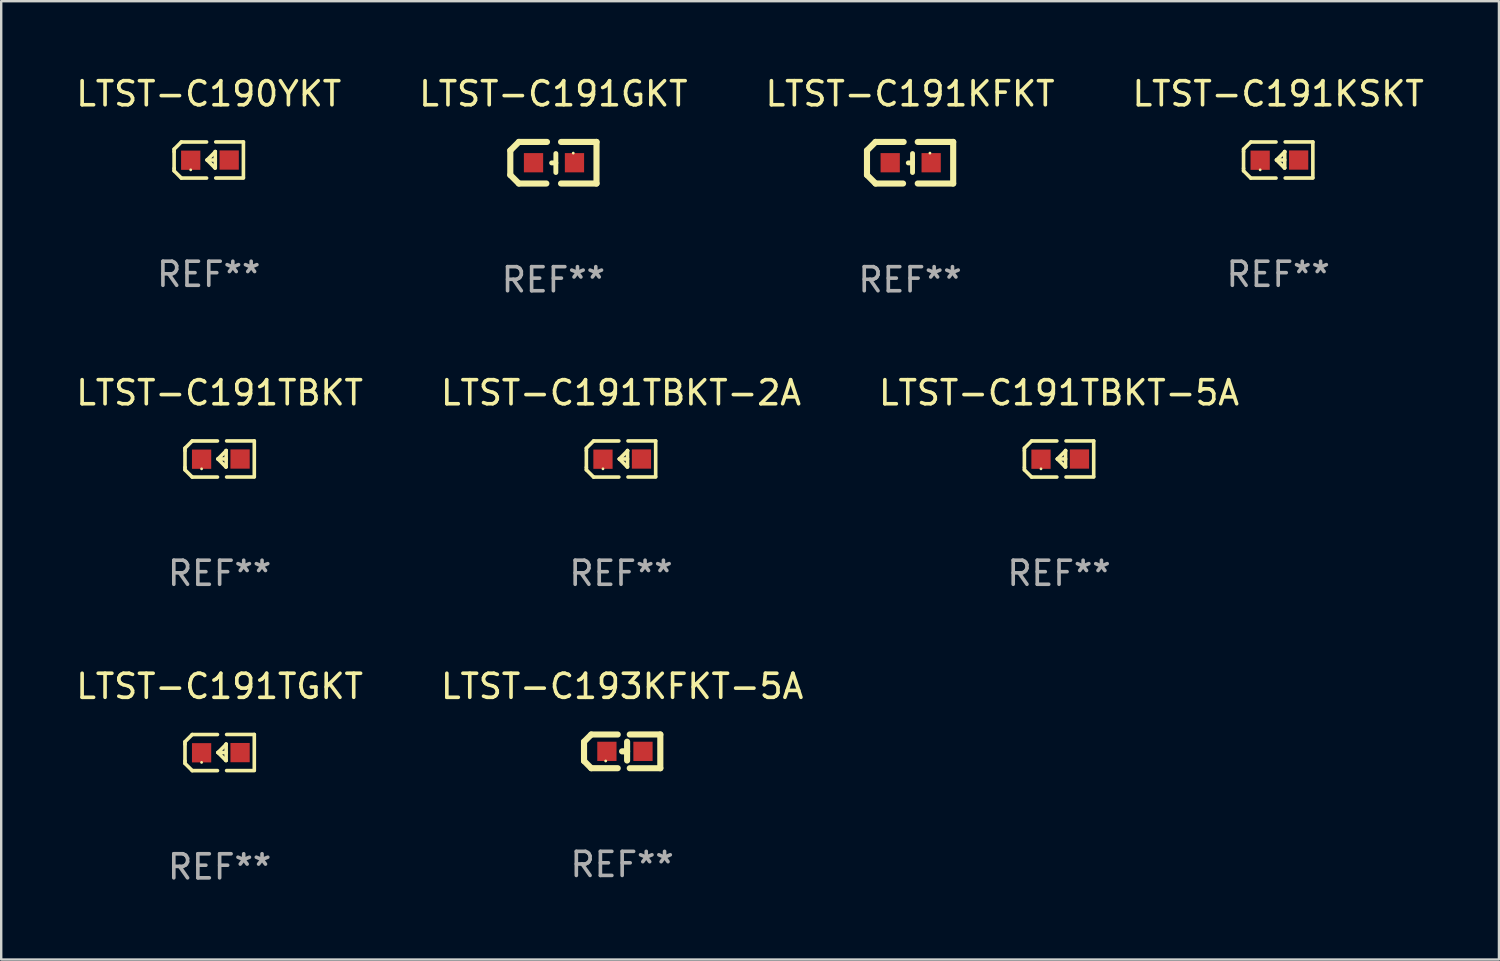
<source format=kicad_pcb>
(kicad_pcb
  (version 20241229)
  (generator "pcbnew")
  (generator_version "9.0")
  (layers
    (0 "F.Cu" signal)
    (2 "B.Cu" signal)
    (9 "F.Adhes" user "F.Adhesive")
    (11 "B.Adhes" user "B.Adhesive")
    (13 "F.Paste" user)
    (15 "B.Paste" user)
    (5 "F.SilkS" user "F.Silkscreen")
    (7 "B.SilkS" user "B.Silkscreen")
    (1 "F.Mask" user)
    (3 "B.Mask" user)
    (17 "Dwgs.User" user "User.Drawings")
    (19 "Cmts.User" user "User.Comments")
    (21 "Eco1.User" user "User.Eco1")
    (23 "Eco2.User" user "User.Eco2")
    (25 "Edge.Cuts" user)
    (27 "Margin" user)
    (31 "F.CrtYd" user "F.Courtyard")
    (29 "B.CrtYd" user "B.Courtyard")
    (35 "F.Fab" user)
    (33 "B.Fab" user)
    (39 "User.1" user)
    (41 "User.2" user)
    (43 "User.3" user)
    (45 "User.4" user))
  (footprint "LTST-C191TGKT"
    (layer "F.Cu")
    (at 6.077 28.222)
    (property "Reference" "LTST-C191TGKT" (at 0 -2.751 0) (layer "F.SilkS") (effects (font (size 1 1) (thickness 0.15))))
    (attr through_hole)
    (fp_line (start -1.44 -0.449) (end -1.14 -0.749) (stroke (width 0.15) (type solid)) (layer "F.SilkS"))
    (fp_line (start -1.44 -0.349) (end -1.44 -0.449) (stroke (width 0.15) (type solid)) (layer "F.SilkS"))
    (fp_line (start -1.44 -0.349) (end -1.44 0.351) (stroke (width 0.15) (type solid)) (layer "F.SilkS"))
    (fp_line (start -1.44 0.351) (end -1.44 0.451) (stroke (width 0.15) (type solid)) (layer "F.SilkS"))
    (fp_line (start -1.44 0.451) (end -1.14 0.751) (stroke (width 0.15) (type solid)) (layer "F.SilkS"))
    (fp_line (start -0.09 -0.749) (end -1.14 -0.749) (stroke (width 0.15) (type solid)) (layer "F.SilkS"))
    (fp_line (start -0.09 0.751) (end -1.14 0.751) (stroke (width 0.15) (type solid)) (layer "F.SilkS"))
    (fp_line (start 0.26 0.329) (end -0.07 -0.001) (stroke (width 0.15) (type solid)) (layer "F.SilkS"))
    (fp_line (start 0.27 -0.351) (end 0.27 -0.341) (stroke (width 0.15) (type solid)) (layer "F.SilkS"))
    (fp_line (start 0.27 -0.351) (end 0.27 0.329) (stroke (width 0.15) (type solid)) (layer "F.SilkS"))
    (fp_line (start 0.27 -0.341) (end -0.07 -0.001) (stroke (width 0.15) (type solid)) (layer "F.SilkS"))
    (fp_line (start 0.27 -0.001) (end -0.07 -0.001) (stroke (width 0.15) (type solid)) (layer "F.SilkS"))
    (fp_line (start 0.27 0.329) (end 0.26 0.329) (stroke (width 0.15) (type solid)) (layer "F.SilkS"))
    (fp_line (start 0.29 -0.751) (end 1.44 -0.751) (stroke (width 0.15) (type solid)) (layer "F.SilkS"))
    (fp_line (start 0.29 0.749) (end 1.44 0.749) (stroke (width 0.15) (type solid)) (layer "F.SilkS"))
    (fp_line (start 1.44 -0.751) (end 1.44 0.729) (stroke (width 0.15) (type solid)) (layer "F.SilkS"))
    (fp_circle (center -0.75 0.409) (end -0.72 0.409) (stroke (width 0.06) (type solid)) (fill no) (layer "F.SilkS"))
    (fp_text user "REF**" (at 0 4.751 0) (layer "F.Fab") (effects (font (size 1 1) (thickness 0.15))))
    (pad "1" smd rect (at -0.75 0.009 90) (size 0.8 0.8) (layers "F.Cu" "F.Mask" "F.Paste"))
    (pad "2" smd rect (at 0.849 0.002 90) (size 0.8 0.8) (layers "F.Cu" "F.Mask" "F.Paste")))
  (footprint "LTST-C191TBKT-5A"
    (layer "F.Cu")
    (at 40.958 16.023)
    (property "Reference" "LTST-C191TBKT-5A" (at 0 -2.751 0) (layer "F.SilkS") (effects (font (size 1 1) (thickness 0.15))))
    (attr through_hole)
    (fp_line (start -1.44 -0.449) (end -1.14 -0.749) (stroke (width 0.15) (type solid)) (layer "F.SilkS"))
    (fp_line (start -1.44 -0.349) (end -1.44 -0.449) (stroke (width 0.15) (type solid)) (layer "F.SilkS"))
    (fp_line (start -1.44 -0.349) (end -1.44 0.351) (stroke (width 0.15) (type solid)) (layer "F.SilkS"))
    (fp_line (start -1.44 0.351) (end -1.44 0.451) (stroke (width 0.15) (type solid)) (layer "F.SilkS"))
    (fp_line (start -1.44 0.451) (end -1.14 0.751) (stroke (width 0.15) (type solid)) (layer "F.SilkS"))
    (fp_line (start -0.09 -0.749) (end -1.14 -0.749) (stroke (width 0.15) (type solid)) (layer "F.SilkS"))
    (fp_line (start -0.09 0.751) (end -1.14 0.751) (stroke (width 0.15) (type solid)) (layer "F.SilkS"))
    (fp_line (start 0.26 0.329) (end -0.07 -0.001) (stroke (width 0.15) (type solid)) (layer "F.SilkS"))
    (fp_line (start 0.27 -0.351) (end 0.27 -0.341) (stroke (width 0.15) (type solid)) (layer "F.SilkS"))
    (fp_line (start 0.27 -0.351) (end 0.27 0.329) (stroke (width 0.15) (type solid)) (layer "F.SilkS"))
    (fp_line (start 0.27 -0.341) (end -0.07 -0.001) (stroke (width 0.15) (type solid)) (layer "F.SilkS"))
    (fp_line (start 0.27 -0.001) (end -0.07 -0.001) (stroke (width 0.15) (type solid)) (layer "F.SilkS"))
    (fp_line (start 0.27 0.329) (end 0.26 0.329) (stroke (width 0.15) (type solid)) (layer "F.SilkS"))
    (fp_line (start 0.29 -0.751) (end 1.44 -0.751) (stroke (width 0.15) (type solid)) (layer "F.SilkS"))
    (fp_line (start 0.29 0.749) (end 1.44 0.749) (stroke (width 0.15) (type solid)) (layer "F.SilkS"))
    (fp_line (start 1.44 -0.751) (end 1.44 0.729) (stroke (width 0.15) (type solid)) (layer "F.SilkS"))
    (fp_circle (center -0.75 0.409) (end -0.72 0.409) (stroke (width 0.06) (type solid)) (fill no) (layer "F.SilkS"))
    (fp_text user "REF**" (at 0 4.751 0) (layer "F.Fab") (effects (font (size 1 1) (thickness 0.15))))
    (pad "1" smd rect (at -0.75 0.009 90) (size 0.8 0.8) (layers "F.Cu" "F.Mask" "F.Paste"))
    (pad "2" smd rect (at 0.849 0.002 90) (size 0.8 0.8) (layers "F.Cu" "F.Mask" "F.Paste")))
  (footprint "LTST-C191KFKT"
    (layer "F.Cu")
    (at 34.768 3.712)
    (property "Reference" "LTST-C191KFKT" (at 0 -2.864 0) (layer "F.SilkS") (effects (font (size 1 1) (thickness 0.15))))
    (attr through_hole)
    (fp_line (start -1.791 -0.508) (end -1.435 -0.864) (stroke (width 0.254) (type solid)) (layer "F.SilkS"))
    (fp_line (start -1.791 0.508) (end -1.791 -0.508) (stroke (width 0.254) (type solid)) (layer "F.SilkS"))
    (fp_line (start -1.435 0.864) (end -1.791 0.508) (stroke (width 0.254) (type solid)) (layer "F.SilkS"))
    (fp_line (start -0.292 0.864) (end -1.435 0.864) (stroke (width 0.254) (type solid)) (layer "F.SilkS"))
    (fp_line (start -0.267 -0.864) (end -1.435 -0.864) (stroke (width 0.254) (type solid)) (layer "F.SilkS"))
    (fp_line (start 0.102 0.008) (end -0.074 0.008) (stroke (width 0.203) (type solid)) (layer "F.SilkS"))
    (fp_line (start 0.102 0.406) (end 0.102 -0.381) (stroke (width 0.203) (type solid)) (layer "F.SilkS"))
    (fp_line (start 1.791 -0.864) (end 0.318 -0.864) (stroke (width 0.254) (type solid)) (layer "F.SilkS"))
    (fp_line (start 1.791 0.864) (end 0.318 0.864) (stroke (width 0.254) (type solid)) (layer "F.SilkS"))
    (fp_line (start 1.791 0.864) (end 1.791 -0.864) (stroke (width 0.254) (type solid)) (layer "F.SilkS"))
    (fp_circle (center 0.825 -0.4) (end 0.855 -0.4) (stroke (width 0.06) (type solid)) (fill no) (layer "F.SilkS"))
    (fp_text user "REF**" (at 0 4.864 0) (layer "F.Fab") (effects (font (size 1 1) (thickness 0.15))))
    (pad "1" smd rect (at 0.876 0 90) (size 0.8 0.8) (layers "F.Cu" "F.Mask" "F.Paste"))
    (pad "2" smd rect (at -0.826 0 90) (size 0.8 0.8) (layers "F.Cu" "F.Mask" "F.Paste")))
  (footprint "LTST-C193KFKT-5A"
    (layer "F.Cu")
    (at 22.804 28.172)
    (property "Reference" "LTST-C193KFKT-5A" (at 0 -2.701 0) (layer "F.SilkS") (effects (font (size 1 1) (thickness 0.15))))
    (attr through_hole)
    (fp_line (start -1.585 -0.4) (end -1.585 0.4) (stroke (width 0.254) (type solid)) (layer "F.SilkS"))
    (fp_line (start -1.585 0.4) (end -1.285 0.7) (stroke (width 0.254) (type solid)) (layer "F.SilkS"))
    (fp_line (start -1.285 -0.7) (end -1.585 -0.4) (stroke (width 0.254) (type solid)) (layer "F.SilkS"))
    (fp_line (start -1.285 0.7) (end -0.185 0.7) (stroke (width 0.254) (type solid)) (layer "F.SilkS"))
    (fp_line (start -0.185 -0.7) (end -1.285 -0.7) (stroke (width 0.254) (type solid)) (layer "F.SilkS"))
    (fp_line (start 0.205 -0.4) (end 0.205 0.38) (stroke (width 0.254) (type solid)) (layer "F.SilkS"))
    (fp_line (start 0.205 -0.002) (end -0.004 -0.000102) (stroke (width 0.254) (type solid)) (layer "F.SilkS"))
    (fp_line (start 0.315 -0.701) (end 1.585 -0.701) (stroke (width 0.254) (type solid)) (layer "F.SilkS"))
    (fp_line (start 1.585 -0.701) (end 1.585 0.701) (stroke (width 0.254) (type solid)) (layer "F.SilkS"))
    (fp_line (start 1.585 0.701) (end 0.315 0.701) (stroke (width 0.254) (type solid)) (layer "F.SilkS"))
    (fp_circle (center -0.685 0.4) (end -0.655 0.4) (stroke (width 0.06) (type solid)) (fill no) (layer "F.SilkS"))
    (fp_text user "REF**" (at 0 4.701 0) (layer "F.Fab") (effects (font (size 1 1) (thickness 0.15))))
    (pad "1" smd rect (at -0.635 0) (size 0.8 0.8) (layers "F.Cu" "F.Mask" "F.Paste"))
    (pad "2" smd rect (at 0.865 0) (size 0.8 0.8) (layers "F.Cu" "F.Mask" "F.Paste")))
  (footprint "LTST-C191KSKT"
    (layer "F.Cu")
    (at 50.065 3.599)
    (property "Reference" "LTST-C191KSKT" (at 0 -2.751 0) (layer "F.SilkS") (effects (font (size 1 1) (thickness 0.15))))
    (attr through_hole)
    (fp_line (start -1.44 -0.449) (end -1.14 -0.749) (stroke (width 0.15) (type solid)) (layer "F.SilkS"))
    (fp_line (start -1.44 -0.349) (end -1.44 -0.449) (stroke (width 0.15) (type solid)) (layer "F.SilkS"))
    (fp_line (start -1.44 -0.349) (end -1.44 0.351) (stroke (width 0.15) (type solid)) (layer "F.SilkS"))
    (fp_line (start -1.44 0.351) (end -1.44 0.451) (stroke (width 0.15) (type solid)) (layer "F.SilkS"))
    (fp_line (start -1.44 0.451) (end -1.14 0.751) (stroke (width 0.15) (type solid)) (layer "F.SilkS"))
    (fp_line (start -0.09 -0.749) (end -1.14 -0.749) (stroke (width 0.15) (type solid)) (layer "F.SilkS"))
    (fp_line (start -0.09 0.751) (end -1.14 0.751) (stroke (width 0.15) (type solid)) (layer "F.SilkS"))
    (fp_line (start 0.26 0.329) (end -0.07 -0.001) (stroke (width 0.15) (type solid)) (layer "F.SilkS"))
    (fp_line (start 0.27 -0.351) (end 0.27 -0.341) (stroke (width 0.15) (type solid)) (layer "F.SilkS"))
    (fp_line (start 0.27 -0.351) (end 0.27 0.329) (stroke (width 0.15) (type solid)) (layer "F.SilkS"))
    (fp_line (start 0.27 -0.341) (end -0.07 -0.001) (stroke (width 0.15) (type solid)) (layer "F.SilkS"))
    (fp_line (start 0.27 -0.001) (end -0.07 -0.001) (stroke (width 0.15) (type solid)) (layer "F.SilkS"))
    (fp_line (start 0.27 0.329) (end 0.26 0.329) (stroke (width 0.15) (type solid)) (layer "F.SilkS"))
    (fp_line (start 0.29 -0.751) (end 1.44 -0.751) (stroke (width 0.15) (type solid)) (layer "F.SilkS"))
    (fp_line (start 0.29 0.749) (end 1.44 0.749) (stroke (width 0.15) (type solid)) (layer "F.SilkS"))
    (fp_line (start 1.44 -0.751) (end 1.44 0.729) (stroke (width 0.15) (type solid)) (layer "F.SilkS"))
    (fp_circle (center -0.75 0.409) (end -0.72 0.409) (stroke (width 0.06) (type solid)) (fill no) (layer "F.SilkS"))
    (fp_text user "REF**" (at 0 4.751 0) (layer "F.Fab") (effects (font (size 1 1) (thickness 0.15))))
    (pad "1" smd rect (at -0.75 0.009 90) (size 0.8 0.8) (layers "F.Cu" "F.Mask" "F.Paste"))
    (pad "2" smd rect (at 0.849 0.002 90) (size 0.8 0.8) (layers "F.Cu" "F.Mask" "F.Paste")))
  (footprint "LTST-C191TBKT"
    (layer "F.Cu")
    (at 6.077 16.023)
    (property "Reference" "LTST-C191TBKT" (at 0 -2.751 0) (layer "F.SilkS") (effects (font (size 1 1) (thickness 0.15))))
    (attr through_hole)
    (fp_line (start -1.44 -0.449) (end -1.14 -0.749) (stroke (width 0.15) (type solid)) (layer "F.SilkS"))
    (fp_line (start -1.44 -0.349) (end -1.44 -0.449) (stroke (width 0.15) (type solid)) (layer "F.SilkS"))
    (fp_line (start -1.44 -0.349) (end -1.44 0.351) (stroke (width 0.15) (type solid)) (layer "F.SilkS"))
    (fp_line (start -1.44 0.351) (end -1.44 0.451) (stroke (width 0.15) (type solid)) (layer "F.SilkS"))
    (fp_line (start -1.44 0.451) (end -1.14 0.751) (stroke (width 0.15) (type solid)) (layer "F.SilkS"))
    (fp_line (start -0.09 -0.749) (end -1.14 -0.749) (stroke (width 0.15) (type solid)) (layer "F.SilkS"))
    (fp_line (start -0.09 0.751) (end -1.14 0.751) (stroke (width 0.15) (type solid)) (layer "F.SilkS"))
    (fp_line (start 0.26 0.329) (end -0.07 -0.001) (stroke (width 0.15) (type solid)) (layer "F.SilkS"))
    (fp_line (start 0.27 -0.351) (end 0.27 -0.341) (stroke (width 0.15) (type solid)) (layer "F.SilkS"))
    (fp_line (start 0.27 -0.351) (end 0.27 0.329) (stroke (width 0.15) (type solid)) (layer "F.SilkS"))
    (fp_line (start 0.27 -0.341) (end -0.07 -0.001) (stroke (width 0.15) (type solid)) (layer "F.SilkS"))
    (fp_line (start 0.27 -0.001) (end -0.07 -0.001) (stroke (width 0.15) (type solid)) (layer "F.SilkS"))
    (fp_line (start 0.27 0.329) (end 0.26 0.329) (stroke (width 0.15) (type solid)) (layer "F.SilkS"))
    (fp_line (start 0.29 -0.751) (end 1.44 -0.751) (stroke (width 0.15) (type solid)) (layer "F.SilkS"))
    (fp_line (start 0.29 0.749) (end 1.44 0.749) (stroke (width 0.15) (type solid)) (layer "F.SilkS"))
    (fp_line (start 1.44 -0.751) (end 1.44 0.729) (stroke (width 0.15) (type solid)) (layer "F.SilkS"))
    (fp_circle (center -0.75 0.409) (end -0.72 0.409) (stroke (width 0.06) (type solid)) (fill no) (layer "F.SilkS"))
    (fp_text user "REF**" (at 0 4.751 0) (layer "F.Fab") (effects (font (size 1 1) (thickness 0.15))))
    (pad "1" smd rect (at -0.75 0.009 90) (size 0.8 0.8) (layers "F.Cu" "F.Mask" "F.Paste"))
    (pad "2" smd rect (at 0.849 0.002 90) (size 0.8 0.8) (layers "F.Cu" "F.Mask" "F.Paste")))
  (footprint "LTST-C191TBKT-2A"
    (layer "F.Cu")
    (at 22.756 16.023)
    (property "Reference" "LTST-C191TBKT-2A" (at 0 -2.751 0) (layer "F.SilkS") (effects (font (size 1 1) (thickness 0.15))))
    (attr through_hole)
    (fp_line (start -1.44 -0.449) (end -1.14 -0.749) (stroke (width 0.15) (type solid)) (layer "F.SilkS"))
    (fp_line (start -1.44 -0.349) (end -1.44 -0.449) (stroke (width 0.15) (type solid)) (layer "F.SilkS"))
    (fp_line (start -1.44 -0.349) (end -1.44 0.351) (stroke (width 0.15) (type solid)) (layer "F.SilkS"))
    (fp_line (start -1.44 0.351) (end -1.44 0.451) (stroke (width 0.15) (type solid)) (layer "F.SilkS"))
    (fp_line (start -1.44 0.451) (end -1.14 0.751) (stroke (width 0.15) (type solid)) (layer "F.SilkS"))
    (fp_line (start -0.09 -0.749) (end -1.14 -0.749) (stroke (width 0.15) (type solid)) (layer "F.SilkS"))
    (fp_line (start -0.09 0.751) (end -1.14 0.751) (stroke (width 0.15) (type solid)) (layer "F.SilkS"))
    (fp_line (start 0.26 0.329) (end -0.07 -0.001) (stroke (width 0.15) (type solid)) (layer "F.SilkS"))
    (fp_line (start 0.27 -0.351) (end 0.27 -0.341) (stroke (width 0.15) (type solid)) (layer "F.SilkS"))
    (fp_line (start 0.27 -0.351) (end 0.27 0.329) (stroke (width 0.15) (type solid)) (layer "F.SilkS"))
    (fp_line (start 0.27 -0.341) (end -0.07 -0.001) (stroke (width 0.15) (type solid)) (layer "F.SilkS"))
    (fp_line (start 0.27 -0.001) (end -0.07 -0.001) (stroke (width 0.15) (type solid)) (layer "F.SilkS"))
    (fp_line (start 0.27 0.329) (end 0.26 0.329) (stroke (width 0.15) (type solid)) (layer "F.SilkS"))
    (fp_line (start 0.29 -0.751) (end 1.44 -0.751) (stroke (width 0.15) (type solid)) (layer "F.SilkS"))
    (fp_line (start 0.29 0.749) (end 1.44 0.749) (stroke (width 0.15) (type solid)) (layer "F.SilkS"))
    (fp_line (start 1.44 -0.751) (end 1.44 0.729) (stroke (width 0.15) (type solid)) (layer "F.SilkS"))
    (fp_circle (center -0.75 0.409) (end -0.72 0.409) (stroke (width 0.06) (type solid)) (fill no) (layer "F.SilkS"))
    (fp_text user "REF**" (at 0 4.751 0) (layer "F.Fab") (effects (font (size 1 1) (thickness 0.15))))
    (pad "1" smd rect (at -0.75 0.009 90) (size 0.8 0.8) (layers "F.Cu" "F.Mask" "F.Paste"))
    (pad "2" smd rect (at 0.849 0.002 90) (size 0.8 0.8) (layers "F.Cu" "F.Mask" "F.Paste")))
  (footprint "LTST-C191GKT"
    (layer "F.Cu")
    (at 19.946 3.712)
    (property "Reference" "LTST-C191GKT" (at 0 -2.864 0) (layer "F.SilkS") (effects (font (size 1 1) (thickness 0.15))))
    (attr through_hole)
    (fp_line (start -1.791 -0.508) (end -1.435 -0.864) (stroke (width 0.254) (type solid)) (layer "F.SilkS"))
    (fp_line (start -1.791 0.508) (end -1.791 -0.508) (stroke (width 0.254) (type solid)) (layer "F.SilkS"))
    (fp_line (start -1.435 0.864) (end -1.791 0.508) (stroke (width 0.254) (type solid)) (layer "F.SilkS"))
    (fp_line (start -0.292 0.864) (end -1.435 0.864) (stroke (width 0.254) (type solid)) (layer "F.SilkS"))
    (fp_line (start -0.267 -0.864) (end -1.435 -0.864) (stroke (width 0.254) (type solid)) (layer "F.SilkS"))
    (fp_line (start 0.102 0.008) (end -0.074 0.008) (stroke (width 0.203) (type solid)) (layer "F.SilkS"))
    (fp_line (start 0.102 0.406) (end 0.102 -0.381) (stroke (width 0.203) (type solid)) (layer "F.SilkS"))
    (fp_line (start 1.791 -0.864) (end 0.318 -0.864) (stroke (width 0.254) (type solid)) (layer "F.SilkS"))
    (fp_line (start 1.791 0.864) (end 0.318 0.864) (stroke (width 0.254) (type solid)) (layer "F.SilkS"))
    (fp_line (start 1.791 0.864) (end 1.791 -0.864) (stroke (width 0.254) (type solid)) (layer "F.SilkS"))
    (fp_circle (center 0.825 -0.4) (end 0.855 -0.4) (stroke (width 0.06) (type solid)) (fill no) (layer "F.SilkS"))
    (fp_text user "REF**" (at 0 4.864 0) (layer "F.Fab") (effects (font (size 1 1) (thickness 0.15))))
    (pad "1" smd rect (at 0.876 0 90) (size 0.8 0.8) (layers "F.Cu" "F.Mask" "F.Paste"))
    (pad "2" smd rect (at -0.826 0 90) (size 0.8 0.8) (layers "F.Cu" "F.Mask" "F.Paste")))
  (footprint "LTST-C190YKT"
    (layer "F.Cu")
    (at 5.625 3.599)
    (property "Reference" "LTST-C190YKT" (at 0 -2.751 0) (layer "F.SilkS") (effects (font (size 1 1) (thickness 0.15))))
    (attr through_hole)
    (fp_line (start -1.44 -0.449) (end -1.14 -0.749) (stroke (width 0.15) (type solid)) (layer "F.SilkS"))
    (fp_line (start -1.44 -0.349) (end -1.44 -0.449) (stroke (width 0.15) (type solid)) (layer "F.SilkS"))
    (fp_line (start -1.44 -0.349) (end -1.44 0.351) (stroke (width 0.15) (type solid)) (layer "F.SilkS"))
    (fp_line (start -1.44 0.351) (end -1.44 0.451) (stroke (width 0.15) (type solid)) (layer "F.SilkS"))
    (fp_line (start -1.44 0.451) (end -1.14 0.751) (stroke (width 0.15) (type solid)) (layer "F.SilkS"))
    (fp_line (start -0.09 -0.749) (end -1.14 -0.749) (stroke (width 0.15) (type solid)) (layer "F.SilkS"))
    (fp_line (start -0.09 0.751) (end -1.14 0.751) (stroke (width 0.15) (type solid)) (layer "F.SilkS"))
    (fp_line (start 0.26 0.329) (end -0.07 -0.001) (stroke (width 0.15) (type solid)) (layer "F.SilkS"))
    (fp_line (start 0.27 -0.351) (end 0.27 -0.341) (stroke (width 0.15) (type solid)) (layer "F.SilkS"))
    (fp_line (start 0.27 -0.351) (end 0.27 0.329) (stroke (width 0.15) (type solid)) (layer "F.SilkS"))
    (fp_line (start 0.27 -0.341) (end -0.07 -0.001) (stroke (width 0.15) (type solid)) (layer "F.SilkS"))
    (fp_line (start 0.27 -0.001) (end -0.07 -0.001) (stroke (width 0.15) (type solid)) (layer "F.SilkS"))
    (fp_line (start 0.27 0.329) (end 0.26 0.329) (stroke (width 0.15) (type solid)) (layer "F.SilkS"))
    (fp_line (start 0.29 -0.751) (end 1.44 -0.751) (stroke (width 0.15) (type solid)) (layer "F.SilkS"))
    (fp_line (start 0.29 0.749) (end 1.44 0.749) (stroke (width 0.15) (type solid)) (layer "F.SilkS"))
    (fp_line (start 1.44 -0.751) (end 1.44 0.729) (stroke (width 0.15) (type solid)) (layer "F.SilkS"))
    (fp_circle (center -0.75 0.409) (end -0.72 0.409) (stroke (width 0.06) (type solid)) (fill no) (layer "F.SilkS"))
    (fp_text user "REF**" (at 0 4.751 0) (layer "F.Fab") (effects (font (size 1 1) (thickness 0.15))))
    (pad "1" smd rect (at -0.75 0.009 90) (size 0.8 0.8) (layers "F.Cu" "F.Mask" "F.Paste"))
    (pad "2" smd rect (at 0.849 0.002 90) (size 0.8 0.8) (layers "F.Cu" "F.Mask" "F.Paste")))
  (gr_rect
    (start -3 -3)
    (end 59.238 36.822)
    (stroke (width 0.1) (type default))
    (fill no)
    (layer "Edge.Cuts")))
</source>
